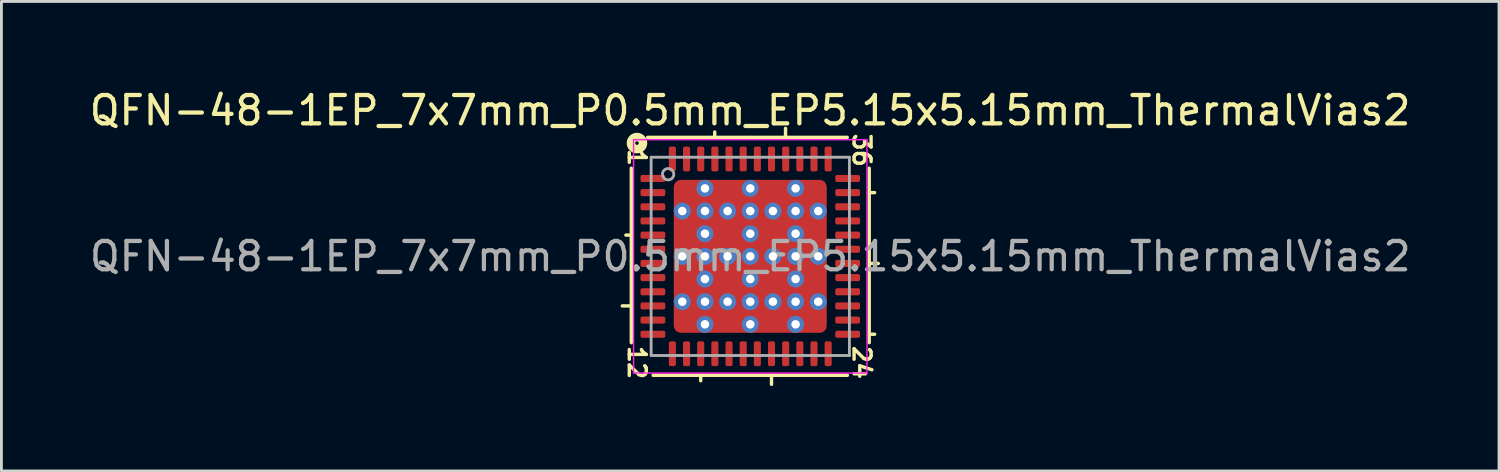
<source format=kicad_pcb>
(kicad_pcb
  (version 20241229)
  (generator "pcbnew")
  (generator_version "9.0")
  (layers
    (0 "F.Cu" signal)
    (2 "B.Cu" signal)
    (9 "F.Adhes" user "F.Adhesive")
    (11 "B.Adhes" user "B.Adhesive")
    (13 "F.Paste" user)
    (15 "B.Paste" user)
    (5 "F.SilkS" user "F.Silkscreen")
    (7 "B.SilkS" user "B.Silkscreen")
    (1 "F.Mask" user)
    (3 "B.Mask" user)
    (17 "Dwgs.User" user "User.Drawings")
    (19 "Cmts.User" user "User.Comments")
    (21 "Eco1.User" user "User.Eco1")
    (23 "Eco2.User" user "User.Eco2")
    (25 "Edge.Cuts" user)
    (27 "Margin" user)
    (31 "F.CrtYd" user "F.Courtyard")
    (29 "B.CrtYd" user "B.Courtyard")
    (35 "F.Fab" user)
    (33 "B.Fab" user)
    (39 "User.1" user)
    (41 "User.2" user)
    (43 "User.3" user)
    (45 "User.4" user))
  (footprint "QFN-48-1EP_7x7mm_P0.5mm_EP5.15x5.15mm_ThermalVias2"
    (layer "F.Cu")
    (at 23.439 6.001)
    (property "Reference" "QFN-48-1EP_7x7mm_P0.5mm_EP5.15x5.15mm_ThermalVias2" (at -0.005 -5.152 0) (layer "F.SilkS") (effects (font (size 1 1) (thickness 0.15))))
    (attr smd)
    (fp_line (start -4.2 -3.111) (end -4.2 3.048) (stroke (width 0.12) (type solid)) (layer "F.SilkS"))
    (fp_line (start -4.2 -0.75) (end -4.391 -0.75) (stroke (width 0.12) (type solid)) (layer "F.SilkS"))
    (fp_line (start -4.2 1.75) (end -4.518 1.75) (stroke (width 0.12) (type solid)) (layer "F.SilkS"))
    (fp_line (start -3.429 4.2) (end 3.429 4.2) (stroke (width 0.12) (type solid)) (layer "F.SilkS"))
    (fp_line (start -1.75 4.2) (end -1.75 4.391) (stroke (width 0.12) (type solid)) (layer "F.SilkS"))
    (fp_line (start -1.255 -4.2) (end -1.255 -4.391) (stroke (width 0.12) (type solid)) (layer "F.SilkS"))
    (fp_line (start 0.75 4.2) (end 0.75 4.518) (stroke (width 0.12) (type solid)) (layer "F.SilkS"))
    (fp_line (start 1.245 -4.2) (end 1.245 -4.518) (stroke (width 0.12) (type solid)) (layer "F.SilkS"))
    (fp_line (start 3.424 -4.2) (end -3.624 -4.2) (stroke (width 0.12) (type solid)) (layer "F.SilkS"))
    (fp_line (start 4.2 -2.25) (end 4.391 -2.25) (stroke (width 0.12) (type solid)) (layer "F.SilkS"))
    (fp_line (start 4.2 0.25) (end 4.518 0.25) (stroke (width 0.12) (type solid)) (layer "F.SilkS"))
    (fp_line (start 4.2 2.75) (end 4.391 2.75) (stroke (width 0.12) (type solid)) (layer "F.SilkS"))
    (fp_line (start 4.2 3.048) (end 4.2 -3.111) (stroke (width 0.12) (type solid)) (layer "F.SilkS"))
    (fp_circle (center -4 -4) (end -3.937 -4) (stroke (width 0.3) (type solid)) (fill no) (layer "F.SilkS"))
    (fp_line (start -4.12 -4.12) (end -4.12 4.12) (stroke (width 0.05) (type solid)) (layer "F.CrtYd"))
    (fp_line (start -4.12 4.12) (end 4.12 4.12) (stroke (width 0.05) (type solid)) (layer "F.CrtYd"))
    (fp_line (start 4.12 -4.12) (end -4.12 -4.12) (stroke (width 0.05) (type solid)) (layer "F.CrtYd"))
    (fp_line (start 4.12 4.12) (end 4.12 -4.12) (stroke (width 0.05) (type solid)) (layer "F.CrtYd"))
    (fp_line (start -3.5 -3.5) (end 3.5 -3.5) (stroke (width 0.1) (type solid)) (layer "F.Fab"))
    (fp_line (start -3.5 3.5) (end -3.5 -3.5) (stroke (width 0.1) (type solid)) (layer "F.Fab"))
    (fp_line (start 3.5 -3.5) (end 3.5 3.5) (stroke (width 0.1) (type solid)) (layer "F.Fab"))
    (fp_line (start 3.5 3.5) (end -3.5 3.5) (stroke (width 0.1) (type solid)) (layer "F.Fab"))
    (fp_circle (center -2.9 -2.9) (end -2.7 -2.9) (stroke (width 0.1) (type solid)) (fill no) (layer "F.Fab"))
    (fp_text user "24" (at 3.937 3.747 270) (unlocked yes) (layer "F.SilkS") (effects (font (size 0.6 0.6) (thickness 0.12))))
    (fp_text user "1" (at -4 -3.493 270) (unlocked yes) (layer "F.SilkS") (effects (font (size 0.6 0.6) (thickness 0.12))))
    (fp_text user "12" (at -4 3.747 270) (unlocked yes) (layer "F.SilkS") (effects (font (size 0.6 0.6) (thickness 0.12))))
    (fp_text user "36" (at 3.937 -3.747 270) (unlocked yes) (layer "F.SilkS") (effects (font (size 0.6 0.6) (thickness 0.12))))
    (fp_text user "${REFERENCE}" (at 0 0 0) (layer "F.Fab") (effects (font (size 1 1) (thickness 0.15))))
    (pad "" smd roundrect (at -2.237 -2.237) (size 0.475 0.475) (layers "F.Paste") (roundrect_rratio 0.25))
    (pad "" smd roundrect (at -2.237 -2.237 270) (size 0.675 0.675) (layers "F.Mask") (roundrect_rratio 0.25))
    (pad "" smd roundrect (at -2.237 -0.8 180) (size 0.675 1) (layers "F.Mask") (roundrect_rratio 0.25))
    (pad "" smd roundrect (at -2.237 -0.8 90) (size 0.7 0.475) (layers "F.Paste") (roundrect_rratio 0.244))
    (pad "" smd roundrect (at -2.237 0.8 180) (size 0.675 1) (layers "F.Mask") (roundrect_rratio 0.25))
    (pad "" smd roundrect (at -2.237 0.8 90) (size 0.7 0.475) (layers "F.Paste") (roundrect_rratio 0.25))
    (pad "" smd roundrect (at -2.237 2.237) (size 0.475 0.475) (layers "F.Paste") (roundrect_rratio 0.25))
    (pad "" smd roundrect (at -2.237 2.237 270) (size 0.675 0.675) (layers "F.Mask") (roundrect_rratio 0.25))
    (pad "" smd roundrect (at -0.8 -2.237 270) (size 0.675 1) (layers "F.Mask") (roundrect_rratio 0.25))
    (pad "" smd roundrect (at -0.8 -2.237) (size 0.7 0.475) (layers "F.Paste") (roundrect_rratio 0.25))
    (pad "" smd roundrect (at -0.8 -0.8 90) (size 0.7 0.7) (layers "F.Paste") (roundrect_rratio 0.25))
    (pad "" smd roundrect (at -0.8 -0.8 270) (size 1 1) (layers "F.Mask") (roundrect_rratio 0.25))
    (pad "" smd roundrect (at -0.8 0.8 90) (size 0.7 0.7) (layers "F.Paste") (roundrect_rratio 0.25))
    (pad "" smd roundrect (at -0.8 0.8 270) (size 1 1) (layers "F.Mask") (roundrect_rratio 0.25))
    (pad "" smd roundrect (at -0.8 2.237 270) (size 0.675 1) (layers "F.Mask") (roundrect_rratio 0.25))
    (pad "" smd roundrect (at -0.8 2.237) (size 0.7 0.475) (layers "F.Paste") (roundrect_rratio 0.25))
    (pad "" smd roundrect (at 0.8 -2.237 270) (size 0.675 1) (layers "F.Mask") (roundrect_rratio 0.25))
    (pad "" smd roundrect (at 0.8 -2.237) (size 0.7 0.475) (layers "F.Paste") (roundrect_rratio 0.25))
    (pad "" smd roundrect (at 0.8 -0.8 90) (size 0.7 0.7) (layers "F.Paste") (roundrect_rratio 0.25))
    (pad "" smd roundrect (at 0.8 -0.8 270) (size 1 1) (layers "F.Mask") (roundrect_rratio 0.25))
    (pad "" smd roundrect (at 0.8 0.8 90) (size 0.7 0.7) (layers "F.Paste") (roundrect_rratio 0.25))
    (pad "" smd roundrect (at 0.8 0.8 270) (size 1 1) (layers "F.Mask") (roundrect_rratio 0.25))
    (pad "" smd roundrect (at 0.8 2.237 270) (size 0.675 1) (layers "F.Mask") (roundrect_rratio 0.25))
    (pad "" smd roundrect (at 0.8 2.237) (size 0.7 0.475) (layers "F.Paste") (roundrect_rratio 0.25))
    (pad "" smd roundrect (at 2.237 -2.237) (size 0.475 0.475) (layers "F.Paste") (roundrect_rratio 0.25))
    (pad "" smd roundrect (at 2.237 -2.237 270) (size 0.675 0.675) (layers "F.Mask") (roundrect_rratio 0.25))
    (pad "" smd roundrect (at 2.237 -0.8 180) (size 0.675 1) (layers "F.Mask") (roundrect_rratio 0.25))
    (pad "" smd roundrect (at 2.237 -0.8 90) (size 0.7 0.475) (layers "F.Paste") (roundrect_rratio 0.25))
    (pad "" smd roundrect (at 2.237 0.8 180) (size 0.675 1) (layers "F.Mask") (roundrect_rratio 0.25))
    (pad "" smd roundrect (at 2.237 0.8 90) (size 0.7 0.475) (layers "F.Paste") (roundrect_rratio 0.25))
    (pad "" smd roundrect (at 2.237 2.237) (size 0.475 0.475) (layers "F.Paste") (roundrect_rratio 0.25))
    (pad "" smd roundrect (at 2.237 2.237 270) (size 0.675 0.675) (layers "F.Mask") (roundrect_rratio 0.25))
    (pad "1" smd roundrect (at -3.438 -2.75) (size 0.875 0.25) (layers "F.Cu" "F.Mask" "F.Paste") (roundrect_rratio 0.25))
    (pad "2" smd roundrect (at -3.438 -2.25) (size 0.875 0.25) (layers "F.Cu" "F.Mask" "F.Paste") (roundrect_rratio 0.25))
    (pad "3" smd roundrect (at -3.438 -1.75) (size 0.875 0.25) (layers "F.Cu" "F.Mask" "F.Paste") (roundrect_rratio 0.25))
    (pad "4" smd roundrect (at -3.438 -1.25) (size 0.875 0.25) (layers "F.Cu" "F.Mask" "F.Paste") (roundrect_rratio 0.25))
    (pad "5" smd roundrect (at -3.438 -0.75) (size 0.875 0.25) (layers "F.Cu" "F.Mask" "F.Paste") (roundrect_rratio 0.25))
    (pad "6" smd roundrect (at -3.438 -0.25) (size 0.875 0.25) (layers "F.Cu" "F.Mask" "F.Paste") (roundrect_rratio 0.25))
    (pad "7" smd roundrect (at -3.438 0.25) (size 0.875 0.25) (layers "F.Cu" "F.Mask" "F.Paste") (roundrect_rratio 0.25))
    (pad "8" smd roundrect (at -3.438 0.75) (size 0.875 0.25) (layers "F.Cu" "F.Mask" "F.Paste") (roundrect_rratio 0.25))
    (pad "9" smd roundrect (at -3.438 1.25) (size 0.875 0.25) (layers "F.Cu" "F.Mask" "F.Paste") (roundrect_rratio 0.25))
    (pad "10" smd roundrect (at -3.438 1.75) (size 0.875 0.25) (layers "F.Cu" "F.Mask" "F.Paste") (roundrect_rratio 0.25))
    (pad "11" smd roundrect (at -3.438 2.25) (size 0.875 0.25) (layers "F.Cu" "F.Mask" "F.Paste") (roundrect_rratio 0.25))
    (pad "12" smd roundrect (at -3.438 2.75) (size 0.875 0.25) (layers "F.Cu" "F.Mask" "F.Paste") (roundrect_rratio 0.25))
    (pad "13" smd roundrect (at -2.75 3.438) (size 0.25 0.875) (layers "F.Cu" "F.Mask" "F.Paste") (roundrect_rratio 0.25))
    (pad "14" smd roundrect (at -2.25 3.438) (size 0.25 0.875) (layers "F.Cu" "F.Mask" "F.Paste") (roundrect_rratio 0.25))
    (pad "15" smd roundrect (at -1.75 3.438) (size 0.25 0.875) (layers "F.Cu" "F.Mask" "F.Paste") (roundrect_rratio 0.25))
    (pad "16" smd roundrect (at -1.25 3.438) (size 0.25 0.875) (layers "F.Cu" "F.Mask" "F.Paste") (roundrect_rratio 0.25))
    (pad "17" smd roundrect (at -0.75 3.438) (size 0.25 0.875) (layers "F.Cu" "F.Mask" "F.Paste") (roundrect_rratio 0.25))
    (pad "18" smd roundrect (at -0.25 3.438) (size 0.25 0.875) (layers "F.Cu" "F.Mask" "F.Paste") (roundrect_rratio 0.25))
    (pad "19" smd roundrect (at 0.25 3.438) (size 0.25 0.875) (layers "F.Cu" "F.Mask" "F.Paste") (roundrect_rratio 0.25))
    (pad "20" smd roundrect (at 0.75 3.438) (size 0.25 0.875) (layers "F.Cu" "F.Mask" "F.Paste") (roundrect_rratio 0.25))
    (pad "21" smd roundrect (at 1.25 3.438) (size 0.25 0.875) (layers "F.Cu" "F.Mask" "F.Paste") (roundrect_rratio 0.25))
    (pad "22" smd roundrect (at 1.75 3.438) (size 0.25 0.875) (layers "F.Cu" "F.Mask" "F.Paste") (roundrect_rratio 0.25))
    (pad "23" smd roundrect (at 2.25 3.438) (size 0.25 0.875) (layers "F.Cu" "F.Mask" "F.Paste") (roundrect_rratio 0.25))
    (pad "24" smd roundrect (at 2.75 3.438) (size 0.25 0.875) (layers "F.Cu" "F.Mask" "F.Paste") (roundrect_rratio 0.25))
    (pad "25" smd roundrect (at 3.438 2.75) (size 0.875 0.25) (layers "F.Cu" "F.Mask" "F.Paste") (roundrect_rratio 0.25))
    (pad "26" smd roundrect (at 3.438 2.25) (size 0.875 0.25) (layers "F.Cu" "F.Mask" "F.Paste") (roundrect_rratio 0.25))
    (pad "27" smd roundrect (at 3.438 1.75) (size 0.875 0.25) (layers "F.Cu" "F.Mask" "F.Paste") (roundrect_rratio 0.25))
    (pad "28" smd roundrect (at 3.438 1.25) (size 0.875 0.25) (layers "F.Cu" "F.Mask" "F.Paste") (roundrect_rratio 0.25))
    (pad "29" smd roundrect (at 3.438 0.75) (size 0.875 0.25) (layers "F.Cu" "F.Mask" "F.Paste") (roundrect_rratio 0.25))
    (pad "30" smd roundrect (at 3.438 0.25) (size 0.875 0.25) (layers "F.Cu" "F.Mask" "F.Paste") (roundrect_rratio 0.25))
    (pad "31" smd roundrect (at 3.438 -0.25) (size 0.875 0.25) (layers "F.Cu" "F.Mask" "F.Paste") (roundrect_rratio 0.25))
    (pad "32" smd roundrect (at 3.438 -0.75) (size 0.875 0.25) (layers "F.Cu" "F.Mask" "F.Paste") (roundrect_rratio 0.25))
    (pad "33" smd roundrect (at 3.438 -1.25) (size 0.875 0.25) (layers "F.Cu" "F.Mask" "F.Paste") (roundrect_rratio 0.25))
    (pad "34" smd roundrect (at 3.438 -1.75) (size 0.875 0.25) (layers "F.Cu" "F.Mask" "F.Paste") (roundrect_rratio 0.25))
    (pad "35" smd roundrect (at 3.438 -2.25) (size 0.875 0.25) (layers "F.Cu" "F.Mask" "F.Paste") (roundrect_rratio 0.25))
    (pad "36" smd roundrect (at 3.438 -2.75) (size 0.875 0.25) (layers "F.Cu" "F.Mask" "F.Paste") (roundrect_rratio 0.25))
    (pad "37" smd roundrect (at 2.75 -3.438) (size 0.25 0.875) (layers "F.Cu" "F.Mask" "F.Paste") (roundrect_rratio 0.25))
    (pad "38" smd roundrect (at 2.25 -3.438) (size 0.25 0.875) (layers "F.Cu" "F.Mask" "F.Paste") (roundrect_rratio 0.25))
    (pad "39" smd roundrect (at 1.75 -3.438) (size 0.25 0.875) (layers "F.Cu" "F.Mask" "F.Paste") (roundrect_rratio 0.25))
    (pad "40" smd roundrect (at 1.25 -3.438) (size 0.25 0.875) (layers "F.Cu" "F.Mask" "F.Paste") (roundrect_rratio 0.25))
    (pad "41" smd roundrect (at 0.75 -3.438) (size 0.25 0.875) (layers "F.Cu" "F.Mask" "F.Paste") (roundrect_rratio 0.25))
    (pad "42" smd roundrect (at 0.25 -3.438) (size 0.25 0.875) (layers "F.Cu" "F.Mask" "F.Paste") (roundrect_rratio 0.25))
    (pad "43" smd roundrect (at -0.25 -3.438) (size 0.25 0.875) (layers "F.Cu" "F.Mask" "F.Paste") (roundrect_rratio 0.25))
    (pad "44" smd roundrect (at -0.75 -3.438) (size 0.25 0.875) (layers "F.Cu" "F.Mask" "F.Paste") (roundrect_rratio 0.25))
    (pad "45" smd roundrect (at -1.25 -3.438) (size 0.25 0.875) (layers "F.Cu" "F.Mask" "F.Paste") (roundrect_rratio 0.25))
    (pad "46" smd roundrect (at -1.75 -3.438) (size 0.25 0.875) (layers "F.Cu" "F.Mask" "F.Paste") (roundrect_rratio 0.25))
    (pad "47" smd roundrect (at -2.25 -3.438) (size 0.25 0.875) (layers "F.Cu" "F.Mask" "F.Paste") (roundrect_rratio 0.25))
    (pad "48" smd roundrect (at -2.75 -3.438) (size 0.25 0.875) (layers "F.Cu" "F.Mask" "F.Paste") (roundrect_rratio 0.25))
    (pad "49" thru_hole circle (at -2.4 -1.6) (size 0.6 0.6) (drill 0.3) (property pad_prop_heatsink) (layers "*.Cu" "*.Mask"))
    (pad "49" thru_hole circle (at -2.4 0) (size 0.6 0.6) (drill 0.3) (property pad_prop_heatsink) (layers "*.Cu" "*.Mask"))
    (pad "49" thru_hole circle (at -2.4 1.6) (size 0.6 0.6) (drill 0.3) (property pad_prop_heatsink) (layers "*.Cu" "*.Mask"))
    (pad "49" thru_hole circle (at -1.6 -2.4) (size 0.6 0.6) (drill 0.3) (property pad_prop_heatsink) (layers "*.Cu" "*.Mask"))
    (pad "49" thru_hole circle (at -1.6 -1.6) (size 0.6 0.6) (drill 0.3) (property pad_prop_heatsink) (layers "*.Cu" "*.Mask"))
    (pad "49" thru_hole circle (at -1.6 -0.8) (size 0.6 0.6) (drill 0.3) (property pad_prop_heatsink) (layers "*.Cu" "*.Mask"))
    (pad "49" thru_hole circle (at -1.6 0) (size 0.6 0.6) (drill 0.3) (property pad_prop_heatsink) (layers "*.Cu" "*.Mask"))
    (pad "49" thru_hole circle (at -1.6 0.8) (size 0.6 0.6) (drill 0.3) (property pad_prop_heatsink) (layers "*.Cu" "*.Mask"))
    (pad "49" thru_hole circle (at -1.6 1.6) (size 0.6 0.6) (drill 0.3) (property pad_prop_heatsink) (layers "*.Cu" "*.Mask"))
    (pad "49" thru_hole circle (at -1.6 2.4) (size 0.6 0.6) (drill 0.3) (property pad_prop_heatsink) (layers "*.Cu" "*.Mask"))
    (pad "49" thru_hole circle (at -0.8 -1.6) (size 0.6 0.6) (drill 0.3) (property pad_prop_heatsink) (layers "*.Cu" "*.Mask"))
    (pad "49" thru_hole circle (at -0.8 0) (size 0.6 0.6) (drill 0.3) (property pad_prop_heatsink) (layers "*.Cu" "*.Mask"))
    (pad "49" thru_hole circle (at -0.8 1.6) (size 0.6 0.6) (drill 0.3) (property pad_prop_heatsink) (layers "*.Cu" "*.Mask"))
    (pad "49" thru_hole circle (at 0 -2.4) (size 0.6 0.6) (drill 0.3) (property pad_prop_heatsink) (layers "*.Cu" "*.Mask"))
    (pad "49" thru_hole circle (at 0 -1.6) (size 0.6 0.6) (drill 0.3) (property pad_prop_heatsink) (layers "*.Cu" "*.Mask"))
    (pad "49" thru_hole circle (at 0 -0.8) (size 0.6 0.6) (drill 0.3) (property pad_prop_heatsink) (layers "*.Cu" "*.Mask"))
    (pad "49" thru_hole circle (at 0 0) (size 0.6 0.6) (drill 0.3) (property pad_prop_heatsink) (layers "*.Cu" "*.Mask"))
    (pad "49" smd roundrect (at 0 0) (size 5.4 5.4) (layers "F.Cu") (roundrect_rratio 0.046))
    (pad "49" thru_hole circle (at 0 0.8) (size 0.6 0.6) (drill 0.3) (property pad_prop_heatsink) (layers "*.Cu" "*.Mask"))
    (pad "49" thru_hole circle (at 0 1.6) (size 0.6 0.6) (drill 0.3) (property pad_prop_heatsink) (layers "*.Cu" "*.Mask"))
    (pad "49" thru_hole circle (at 0 2.4) (size 0.6 0.6) (drill 0.3) (property pad_prop_heatsink) (layers "*.Cu" "*.Mask"))
    (pad "49" thru_hole circle (at 0.8 -1.6) (size 0.6 0.6) (drill 0.3) (property pad_prop_heatsink) (layers "*.Cu" "*.Mask"))
    (pad "49" thru_hole circle (at 0.8 0) (size 0.6 0.6) (drill 0.3) (property pad_prop_heatsink) (layers "*.Cu" "*.Mask"))
    (pad "49" thru_hole circle (at 0.8 1.6) (size 0.6 0.6) (drill 0.3) (property pad_prop_heatsink) (layers "*.Cu" "*.Mask"))
    (pad "49" thru_hole circle (at 1.6 -2.4) (size 0.6 0.6) (drill 0.3) (property pad_prop_heatsink) (layers "*.Cu" "*.Mask"))
    (pad "49" thru_hole circle (at 1.6 -1.6) (size 0.6 0.6) (drill 0.3) (property pad_prop_heatsink) (layers "*.Cu" "*.Mask"))
    (pad "49" thru_hole circle (at 1.6 -0.8) (size 0.6 0.6) (drill 0.3) (property pad_prop_heatsink) (layers "*.Cu" "*.Mask"))
    (pad "49" thru_hole circle (at 1.6 0) (size 0.6 0.6) (drill 0.3) (property pad_prop_heatsink) (layers "*.Cu" "*.Mask"))
    (pad "49" thru_hole circle (at 1.6 0.8) (size 0.6 0.6) (drill 0.3) (property pad_prop_heatsink) (layers "*.Cu" "*.Mask"))
    (pad "49" thru_hole circle (at 1.6 1.6) (size 0.6 0.6) (drill 0.3) (property pad_prop_heatsink) (layers "*.Cu" "*.Mask"))
    (pad "49" thru_hole circle (at 1.6 2.4) (size 0.6 0.6) (drill 0.3) (property pad_prop_heatsink) (layers "*.Cu" "*.Mask"))
    (pad "49" thru_hole circle (at 2.4 -1.6) (size 0.6 0.6) (drill 0.3) (property pad_prop_heatsink) (layers "*.Cu" "*.Mask"))
    (pad "49" thru_hole circle (at 2.4 0) (size 0.6 0.6) (drill 0.3) (property pad_prop_heatsink) (layers "*.Cu" "*.Mask"))
    (pad "49" thru_hole circle (at 2.4 1.6) (size 0.6 0.6) (drill 0.3) (property pad_prop_heatsink) (layers "*.Cu" "*.Mask")))
  (gr_rect
    (start -3 -3)
    (end 49.874 13.578)
    (stroke (width 0.1) (type default))
    (fill no)
    (layer "Edge.Cuts")))
</source>
